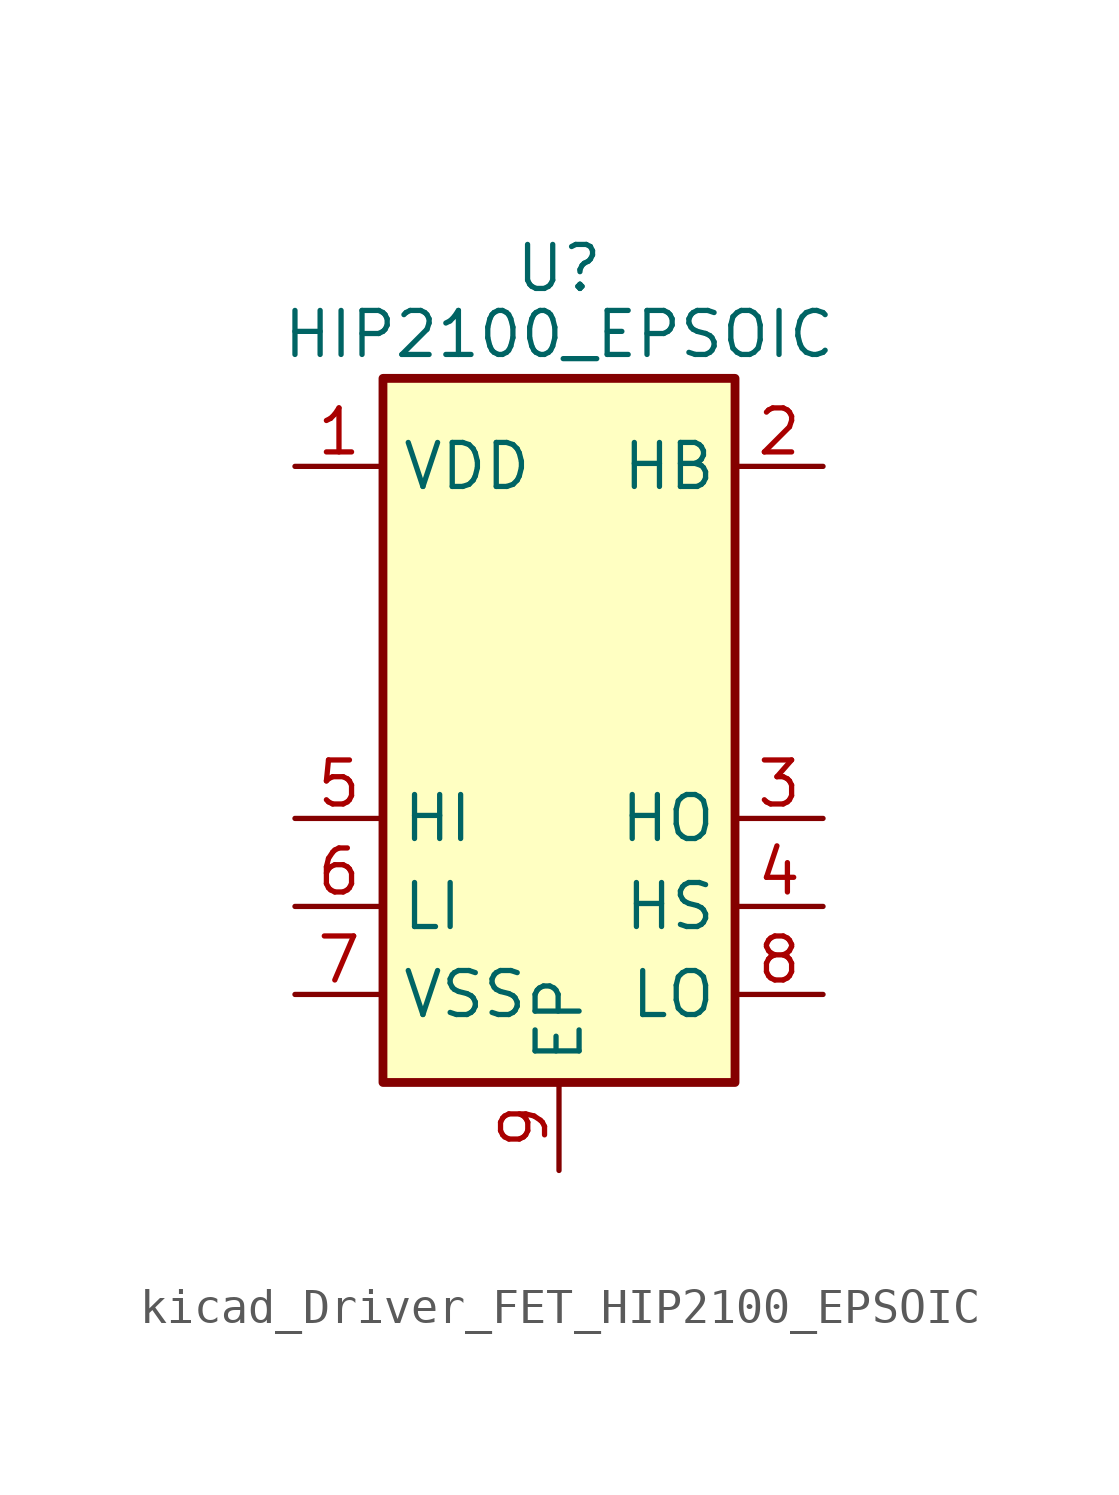
<source format=kicad_sym>
(kicad_symbol_lib
  (version 20220914)
  (generator kicad_symbol_editor)
  (symbol "kicad_Driver_FET_HIP2100_EPSOIC"
    (property "Reference" "U"
      (at 0 13.335 0)
      (effects (font (size 1.27 1.27))))
    (property "Value" "HIP2100_EPSOIC"
      (at 0 11.43 0)
      (effects (font (size 1.27 1.27))))
    (symbol "kicad_Driver_FET_HIP2100_EPSOIC_0_1"
      (rectangle (start -5.08 -10.16) (end 5.08 10.16) (stroke (width 0.254) (type default)) (fill (type background))))
    (symbol "kicad_Driver_FET_HIP2100_EPSOIC_1_1"
      (pin power_in line (at -7.62 7.62 0) (length 2.54) (name "VDD" (effects (font (size 1.27 1.27)))) (number "1" (effects (font (size 1.27 1.27)))))
      (pin passive line (at 7.62 7.62 180) (length 2.54) (name "HB" (effects (font (size 1.27 1.27)))) (number "2" (effects (font (size 1.27 1.27)))))
      (pin output line (at 7.62 -2.54 180) (length 2.54) (name "HO" (effects (font (size 1.27 1.27)))) (number "3" (effects (font (size 1.27 1.27)))))
      (pin passive line (at 7.62 -5.08 180) (length 2.54) (name "HS" (effects (font (size 1.27 1.27)))) (number "4" (effects (font (size 1.27 1.27)))))
      (pin input line (at -7.62 -2.54 0) (length 2.54) (name "HI" (effects (font (size 1.27 1.27)))) (number "5" (effects (font (size 1.27 1.27)))))
      (pin input line (at -7.62 -5.08 0) (length 2.54) (name "LI" (effects (font (size 1.27 1.27)))) (number "6" (effects (font (size 1.27 1.27)))))
      (pin power_in line (at -7.62 -7.62 0) (length 2.54) (name "VSS" (effects (font (size 1.27 1.27)))) (number "7" (effects (font (size 1.27 1.27)))))
      (pin output line (at 7.62 -7.62 180) (length 2.54) (name "LO" (effects (font (size 1.27 1.27)))) (number "8" (effects (font (size 1.27 1.27)))))
      (pin output line (at 0 -12.7 90) (length 2.54) (name "EP" (effects (font (size 1.27 1.27)))) (number "9" (effects (font (size 1.27 1.27))))))))
</source>
